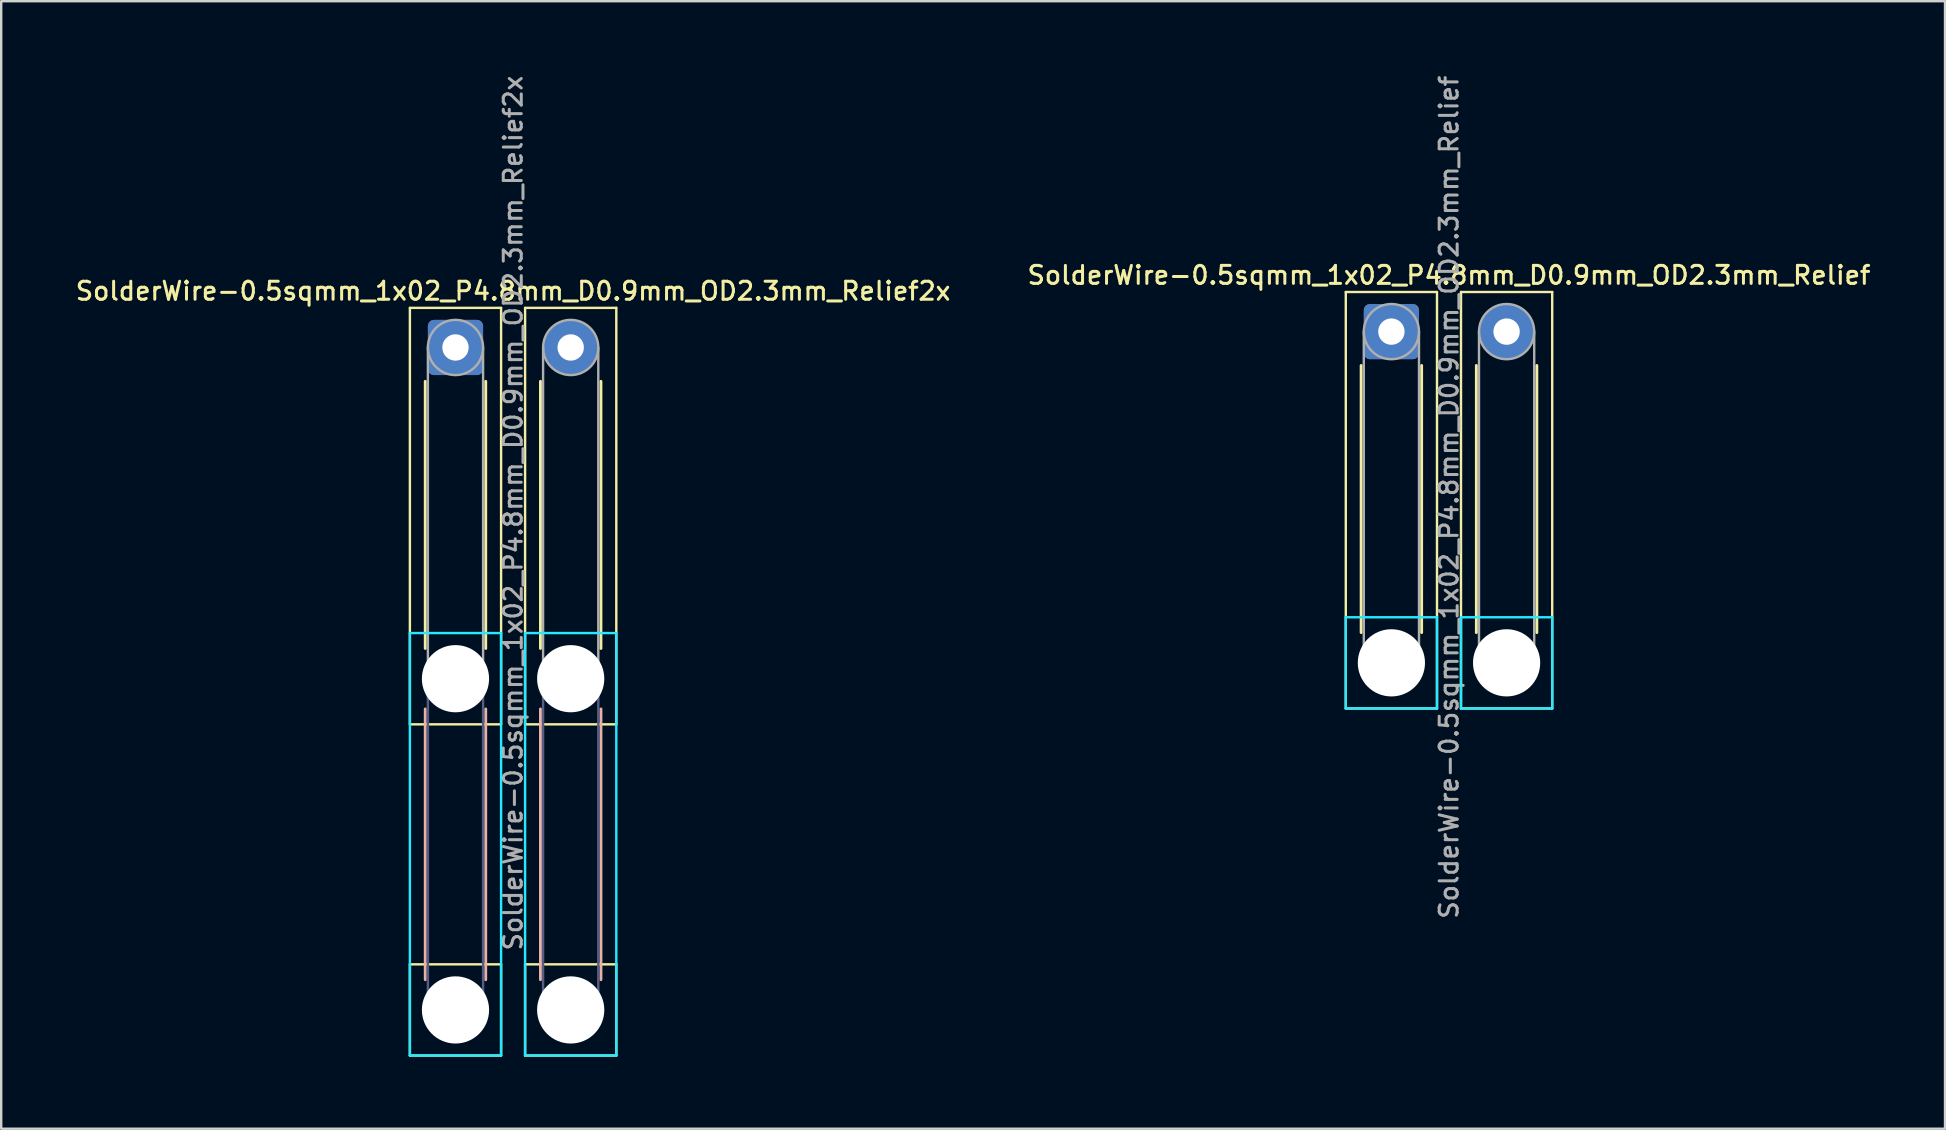
<source format=kicad_pcb>
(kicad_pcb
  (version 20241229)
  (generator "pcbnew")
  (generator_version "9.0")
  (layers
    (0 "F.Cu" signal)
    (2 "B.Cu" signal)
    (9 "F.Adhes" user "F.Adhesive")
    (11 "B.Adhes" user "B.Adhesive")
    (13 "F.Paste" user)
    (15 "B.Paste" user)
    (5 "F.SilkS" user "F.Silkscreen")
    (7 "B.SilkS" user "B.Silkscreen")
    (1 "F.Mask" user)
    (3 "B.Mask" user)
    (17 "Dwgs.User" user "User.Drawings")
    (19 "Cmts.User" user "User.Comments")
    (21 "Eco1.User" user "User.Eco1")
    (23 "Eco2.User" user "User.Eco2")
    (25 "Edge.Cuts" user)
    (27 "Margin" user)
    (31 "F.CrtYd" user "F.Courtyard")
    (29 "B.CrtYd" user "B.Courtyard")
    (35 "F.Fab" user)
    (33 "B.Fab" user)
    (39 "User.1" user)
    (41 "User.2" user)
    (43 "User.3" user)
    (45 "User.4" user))
  (footprint "SolderWire-0.5sqmm_1x02_P4.8mm_D0.9mm_OD2.3mm_Relief2x"
    (layer "F.Cu")
    (at 15.927 11.427)
    (property "Reference" "SolderWire-0.5sqmm_1x02_P4.8mm_D0.9mm_OD2.3mm_Relief2x" (at 2.4 -2.35 0) (layer "F.SilkS") (effects (font (size 0.75 0.75) (thickness 0.125))))
    (attr exclude_from_pos_files exclude_from_bom)
    (fp_line (start -1.9 -1.65) (end -1.9 15.7) (stroke (width 0.1) (type solid)) (layer "F.SilkS"))
    (fp_line (start -1.9 15.7) (end 1.9 15.7) (stroke (width 0.1) (type solid)) (layer "F.SilkS"))
    (fp_line (start -1.9 25.7) (end -1.9 29.5) (stroke (width 0.1) (type solid)) (layer "F.SilkS"))
    (fp_line (start -1.9 29.5) (end 1.9 29.5) (stroke (width 0.1) (type solid)) (layer "F.SilkS"))
    (fp_line (start -1.26 1.41) (end -1.26 12.54) (stroke (width 0.12) (type solid)) (layer "F.SilkS"))
    (fp_line (start 1.26 1.41) (end 1.26 12.54) (stroke (width 0.12) (type solid)) (layer "F.SilkS"))
    (fp_line (start 1.9 -1.65) (end -1.9 -1.65) (stroke (width 0.1) (type solid)) (layer "F.SilkS"))
    (fp_line (start 1.9 15.7) (end 1.9 -1.65) (stroke (width 0.1) (type solid)) (layer "F.SilkS"))
    (fp_line (start 1.9 25.7) (end -1.9 25.7) (stroke (width 0.1) (type solid)) (layer "F.SilkS"))
    (fp_line (start 1.9 29.5) (end 1.9 25.7) (stroke (width 0.1) (type solid)) (layer "F.SilkS"))
    (fp_line (start 2.9 -1.65) (end 2.9 15.7) (stroke (width 0.1) (type solid)) (layer "F.SilkS"))
    (fp_line (start 2.9 15.7) (end 6.7 15.7) (stroke (width 0.1) (type solid)) (layer "F.SilkS"))
    (fp_line (start 2.9 25.7) (end 2.9 29.5) (stroke (width 0.1) (type solid)) (layer "F.SilkS"))
    (fp_line (start 2.9 29.5) (end 6.7 29.5) (stroke (width 0.1) (type solid)) (layer "F.SilkS"))
    (fp_line (start 3.54 1.41) (end 3.54 12.54) (stroke (width 0.12) (type solid)) (layer "F.SilkS"))
    (fp_line (start 6.06 1.41) (end 6.06 12.54) (stroke (width 0.12) (type solid)) (layer "F.SilkS"))
    (fp_line (start 6.7 -1.65) (end 2.9 -1.65) (stroke (width 0.1) (type solid)) (layer "F.SilkS"))
    (fp_line (start 6.7 15.7) (end 6.7 -1.65) (stroke (width 0.1) (type solid)) (layer "F.SilkS"))
    (fp_line (start 6.7 25.7) (end 2.9 25.7) (stroke (width 0.1) (type solid)) (layer "F.SilkS"))
    (fp_line (start 6.7 29.5) (end 6.7 25.7) (stroke (width 0.1) (type solid)) (layer "F.SilkS"))
    (fp_line (start -1.26 15.06) (end -1.26 26.34) (stroke (width 0.12) (type solid)) (layer "B.SilkS"))
    (fp_line (start 1.26 15.06) (end 1.26 26.34) (stroke (width 0.12) (type solid)) (layer "B.SilkS"))
    (fp_line (start 3.54 15.06) (end 3.54 26.34) (stroke (width 0.12) (type solid)) (layer "B.SilkS"))
    (fp_line (start 6.06 15.06) (end 6.06 26.34) (stroke (width 0.12) (type solid)) (layer "B.SilkS"))
    (fp_line (start -1.9 11.9) (end -1.9 29.5) (stroke (width 0.1) (type solid)) (layer "B.CrtYd"))
    (fp_line (start -1.9 29.5) (end 1.9 29.5) (stroke (width 0.1) (type solid)) (layer "B.CrtYd"))
    (fp_line (start 1.9 11.9) (end -1.9 11.9) (stroke (width 0.1) (type solid)) (layer "B.CrtYd"))
    (fp_line (start 1.9 29.5) (end 1.9 11.9) (stroke (width 0.1) (type solid)) (layer "B.CrtYd"))
    (fp_line (start 2.9 11.9) (end 2.9 29.5) (stroke (width 0.1) (type solid)) (layer "B.CrtYd"))
    (fp_line (start 2.9 29.5) (end 6.7 29.5) (stroke (width 0.1) (type solid)) (layer "B.CrtYd"))
    (fp_line (start 6.7 11.9) (end 2.9 11.9) (stroke (width 0.1) (type solid)) (layer "B.CrtYd"))
    (fp_line (start 6.7 29.5) (end 6.7 11.9) (stroke (width 0.1) (type solid)) (layer "B.CrtYd"))
    (fp_line (start -1.15 13.8) (end -1.15 27.6) (stroke (width 0.1) (type solid)) (layer "B.Fab"))
    (fp_line (start 1.15 13.8) (end 1.15 27.6) (stroke (width 0.1) (type solid)) (layer "B.Fab"))
    (fp_line (start 3.65 13.8) (end 3.65 27.6) (stroke (width 0.1) (type solid)) (layer "B.Fab"))
    (fp_line (start 5.95 13.8) (end 5.95 27.6) (stroke (width 0.1) (type solid)) (layer "B.Fab"))
    (fp_circle (center 0 13.8) (end 1.15 13.8) (stroke (width 0.1) (type solid)) (fill no) (layer "B.Fab"))
    (fp_circle (center 0 27.6) (end 1.15 27.6) (stroke (width 0.1) (type solid)) (fill no) (layer "B.Fab"))
    (fp_circle (center 4.8 13.8) (end 5.95 13.8) (stroke (width 0.1) (type solid)) (fill no) (layer "B.Fab"))
    (fp_circle (center 4.8 27.6) (end 5.95 27.6) (stroke (width 0.1) (type solid)) (fill no) (layer "B.Fab"))
    (fp_line (start -1.15 0) (end -1.15 13.8) (stroke (width 0.1) (type solid)) (layer "F.Fab"))
    (fp_line (start 1.15 0) (end 1.15 13.8) (stroke (width 0.1) (type solid)) (layer "F.Fab"))
    (fp_line (start 3.65 0) (end 3.65 13.8) (stroke (width 0.1) (type solid)) (layer "F.Fab"))
    (fp_line (start 5.95 0) (end 5.95 13.8) (stroke (width 0.1) (type solid)) (layer "F.Fab"))
    (fp_circle (center 0 0) (end 1.15 0) (stroke (width 0.1) (type solid)) (fill no) (layer "F.Fab"))
    (fp_circle (center 0 13.8) (end 1.15 13.8) (stroke (width 0.1) (type solid)) (fill no) (layer "F.Fab"))
    (fp_circle (center 0 27.6) (end 1.15 27.6) (stroke (width 0.1) (type solid)) (fill no) (layer "F.Fab"))
    (fp_circle (center 4.8 0) (end 5.95 0) (stroke (width 0.1) (type solid)) (fill no) (layer "F.Fab"))
    (fp_circle (center 4.8 13.8) (end 5.95 13.8) (stroke (width 0.1) (type solid)) (fill no) (layer "F.Fab"))
    (fp_circle (center 4.8 27.6) (end 5.95 27.6) (stroke (width 0.1) (type solid)) (fill no) (layer "F.Fab"))
    (fp_text user "${REFERENCE}" (at 2.4 6.9 90) (layer "F.Fab") (effects (font (size 0.75 0.75) (thickness 0.125))))
    (pad "" np_thru_hole circle (at 0 13.8) (size 2.8 2.8) (drill 2.8) (layers "*.Cu" "*.Mask"))
    (pad "" np_thru_hole circle (at 0 27.6) (size 2.8 2.8) (drill 2.8) (layers "*.Cu" "*.Mask"))
    (pad "" np_thru_hole circle (at 4.8 13.8) (size 2.8 2.8) (drill 2.8) (layers "*.Cu" "*.Mask"))
    (pad "" np_thru_hole circle (at 4.8 27.6) (size 2.8 2.8) (drill 2.8) (layers "*.Cu" "*.Mask"))
    (pad "1" thru_hole roundrect (at 0 0) (size 2.3 2.3) (drill 1.1) (layers "*.Cu" "*.Mask") (roundrect_rratio 0.109))
    (pad "2" thru_hole circle (at 4.8 0) (size 2.3 2.3) (drill 1.1) (layers "*.Cu" "*.Mask")))
  (footprint "SolderWire-0.5sqmm_1x02_P4.8mm_D0.9mm_OD2.3mm_Relief"
    (layer "F.Cu")
    (at 54.92 10.766)
    (property "Reference" "SolderWire-0.5sqmm_1x02_P4.8mm_D0.9mm_OD2.3mm_Relief" (at 2.4 -2.35 0) (layer "F.SilkS") (effects (font (size 0.75 0.75) (thickness 0.125))))
    (attr exclude_from_pos_files exclude_from_bom)
    (fp_line (start -1.9 -1.65) (end -1.9 15.7) (stroke (width 0.1) (type solid)) (layer "F.SilkS"))
    (fp_line (start -1.9 15.7) (end 1.9 15.7) (stroke (width 0.1) (type solid)) (layer "F.SilkS"))
    (fp_line (start -1.26 1.41) (end -1.26 12.54) (stroke (width 0.12) (type solid)) (layer "F.SilkS"))
    (fp_line (start 1.26 1.41) (end 1.26 12.54) (stroke (width 0.12) (type solid)) (layer "F.SilkS"))
    (fp_line (start 1.9 -1.65) (end -1.9 -1.65) (stroke (width 0.1) (type solid)) (layer "F.SilkS"))
    (fp_line (start 1.9 15.7) (end 1.9 -1.65) (stroke (width 0.1) (type solid)) (layer "F.SilkS"))
    (fp_line (start 2.9 -1.65) (end 2.9 15.7) (stroke (width 0.1) (type solid)) (layer "F.SilkS"))
    (fp_line (start 2.9 15.7) (end 6.7 15.7) (stroke (width 0.1) (type solid)) (layer "F.SilkS"))
    (fp_line (start 3.54 1.41) (end 3.54 12.54) (stroke (width 0.12) (type solid)) (layer "F.SilkS"))
    (fp_line (start 6.06 1.41) (end 6.06 12.54) (stroke (width 0.12) (type solid)) (layer "F.SilkS"))
    (fp_line (start 6.7 -1.65) (end 2.9 -1.65) (stroke (width 0.1) (type solid)) (layer "F.SilkS"))
    (fp_line (start 6.7 15.7) (end 6.7 -1.65) (stroke (width 0.1) (type solid)) (layer "F.SilkS"))
    (fp_line (start -1.9 11.9) (end -1.9 15.7) (stroke (width 0.1) (type solid)) (layer "B.CrtYd"))
    (fp_line (start -1.9 15.7) (end 1.9 15.7) (stroke (width 0.1) (type solid)) (layer "B.CrtYd"))
    (fp_line (start 1.9 11.9) (end -1.9 11.9) (stroke (width 0.1) (type solid)) (layer "B.CrtYd"))
    (fp_line (start 1.9 15.7) (end 1.9 11.9) (stroke (width 0.1) (type solid)) (layer "B.CrtYd"))
    (fp_line (start 2.9 11.9) (end 2.9 15.7) (stroke (width 0.1) (type solid)) (layer "B.CrtYd"))
    (fp_line (start 2.9 15.7) (end 6.7 15.7) (stroke (width 0.1) (type solid)) (layer "B.CrtYd"))
    (fp_line (start 6.7 11.9) (end 2.9 11.9) (stroke (width 0.1) (type solid)) (layer "B.CrtYd"))
    (fp_line (start 6.7 15.7) (end 6.7 11.9) (stroke (width 0.1) (type solid)) (layer "B.CrtYd"))
    (fp_line (start -1.15 0) (end -1.15 13.8) (stroke (width 0.1) (type solid)) (layer "F.Fab"))
    (fp_line (start 1.15 0) (end 1.15 13.8) (stroke (width 0.1) (type solid)) (layer "F.Fab"))
    (fp_line (start 3.65 0) (end 3.65 13.8) (stroke (width 0.1) (type solid)) (layer "F.Fab"))
    (fp_line (start 5.95 0) (end 5.95 13.8) (stroke (width 0.1) (type solid)) (layer "F.Fab"))
    (fp_circle (center 0 0) (end 1.15 0) (stroke (width 0.1) (type solid)) (fill no) (layer "F.Fab"))
    (fp_circle (center 0 13.8) (end 1.15 13.8) (stroke (width 0.1) (type solid)) (fill no) (layer "F.Fab"))
    (fp_circle (center 4.8 0) (end 5.95 0) (stroke (width 0.1) (type solid)) (fill no) (layer "F.Fab"))
    (fp_circle (center 4.8 13.8) (end 5.95 13.8) (stroke (width 0.1) (type solid)) (fill no) (layer "F.Fab"))
    (fp_text user "${REFERENCE}" (at 2.4 6.9 90) (layer "F.Fab") (effects (font (size 0.75 0.75) (thickness 0.125))))
    (pad "" np_thru_hole circle (at 0 13.8) (size 2.8 2.8) (drill 2.8) (layers "*.Cu" "*.Mask"))
    (pad "" np_thru_hole circle (at 4.8 13.8) (size 2.8 2.8) (drill 2.8) (layers "*.Cu" "*.Mask"))
    (pad "1" thru_hole roundrect (at 0 0) (size 2.3 2.3) (drill 1.1) (layers "*.Cu" "*.Mask") (roundrect_rratio 0.109))
    (pad "2" thru_hole circle (at 4.8 0) (size 2.3 2.3) (drill 1.1) (layers "*.Cu" "*.Mask")))
  (gr_rect
    (start -3 -3)
    (end 77.986 43.977)
    (stroke (width 0.1) (type default))
    (fill no)
    (layer "Edge.Cuts")))
</source>
